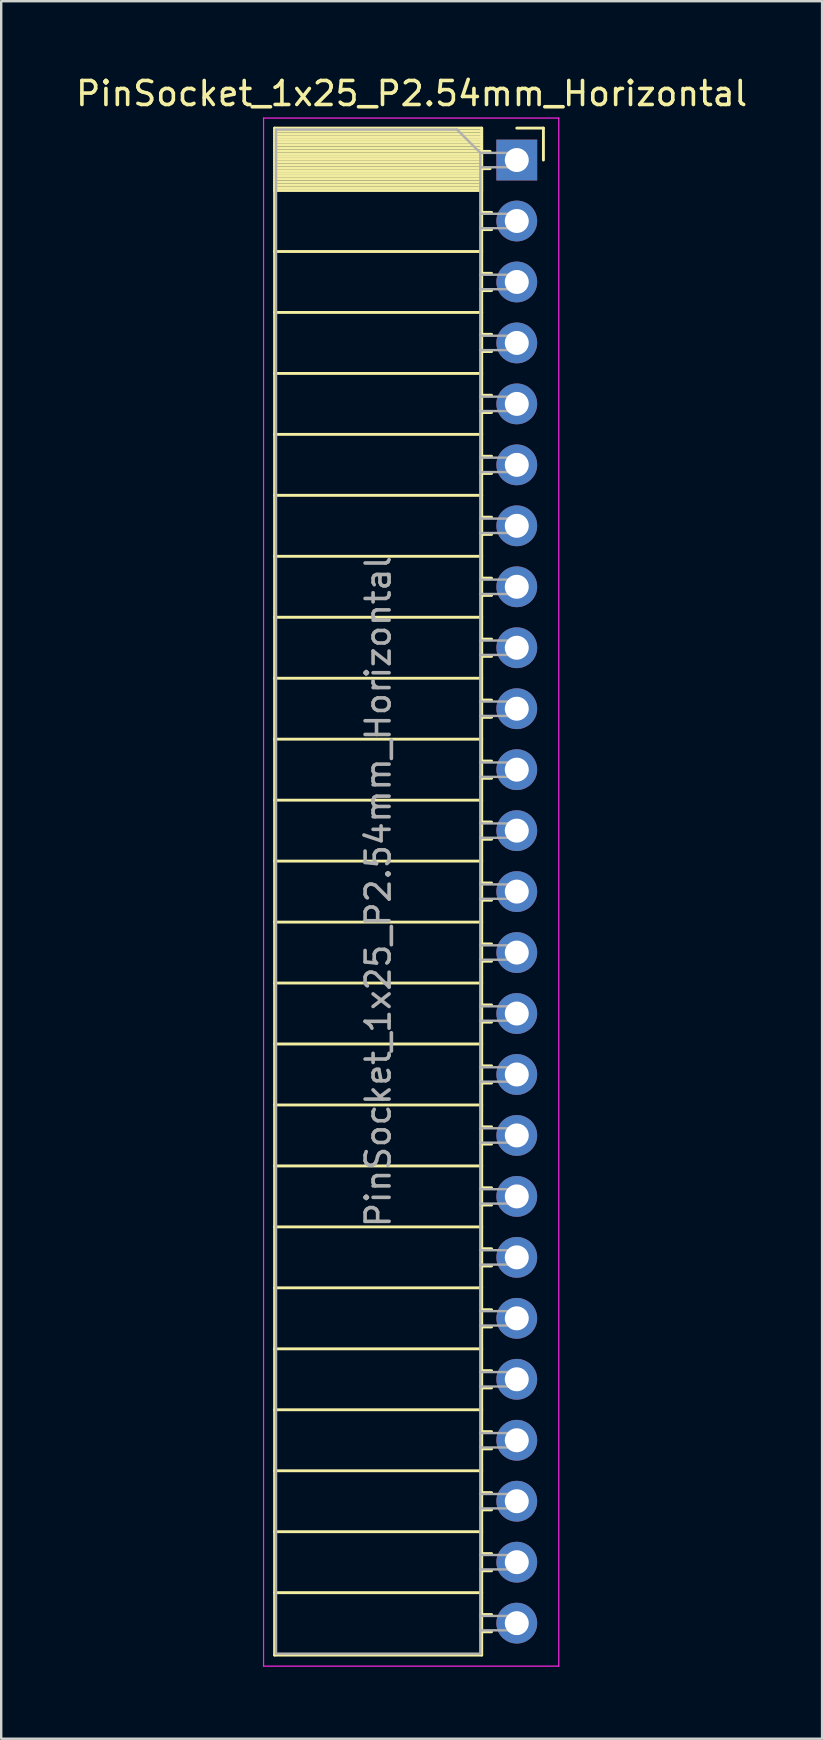
<source format=kicad_pcb>
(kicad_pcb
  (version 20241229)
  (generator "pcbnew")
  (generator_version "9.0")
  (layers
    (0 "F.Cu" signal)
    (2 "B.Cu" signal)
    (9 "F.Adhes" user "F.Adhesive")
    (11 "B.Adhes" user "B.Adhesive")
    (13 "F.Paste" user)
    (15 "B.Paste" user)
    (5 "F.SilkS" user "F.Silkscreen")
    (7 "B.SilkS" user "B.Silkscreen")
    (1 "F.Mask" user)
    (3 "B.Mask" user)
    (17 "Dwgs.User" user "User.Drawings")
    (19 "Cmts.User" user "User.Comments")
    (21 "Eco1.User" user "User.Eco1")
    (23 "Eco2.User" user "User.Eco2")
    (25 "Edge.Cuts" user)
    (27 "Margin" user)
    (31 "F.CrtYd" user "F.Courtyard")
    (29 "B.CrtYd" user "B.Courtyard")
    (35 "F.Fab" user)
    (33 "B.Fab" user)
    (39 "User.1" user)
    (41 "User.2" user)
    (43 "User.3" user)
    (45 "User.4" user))
  (footprint "PinSocket_1x25_P2.54mm_Horizontal"
    (layer "F.Cu")
    (at 18.481 3.618)
    (property "Reference" "PinSocket_1x25_P2.54mm_Horizontal" (at -4.38 -2.77 0) (layer "F.SilkS") (effects (font (size 1 1) (thickness 0.15))))
    (attr through_hole)
    (fp_line (start -10.09 -1.33) (end -10.09 62.29) (stroke (width 0.12) (type solid)) (layer "F.SilkS"))
    (fp_line (start -10.09 -1.33) (end -1.46 -1.33) (stroke (width 0.12) (type solid)) (layer "F.SilkS"))
    (fp_line (start -10.09 -1.21) (end -1.46 -1.21) (stroke (width 0.12) (type solid)) (layer "F.SilkS"))
    (fp_line (start -10.09 -1.092) (end -1.46 -1.092) (stroke (width 0.12) (type solid)) (layer "F.SilkS"))
    (fp_line (start -10.09 -0.974) (end -1.46 -0.974) (stroke (width 0.12) (type solid)) (layer "F.SilkS"))
    (fp_line (start -10.09 -0.856) (end -1.46 -0.856) (stroke (width 0.12) (type solid)) (layer "F.SilkS"))
    (fp_line (start -10.09 -0.738) (end -1.46 -0.738) (stroke (width 0.12) (type solid)) (layer "F.SilkS"))
    (fp_line (start -10.09 -0.62) (end -1.46 -0.62) (stroke (width 0.12) (type solid)) (layer "F.SilkS"))
    (fp_line (start -10.09 -0.501) (end -1.46 -0.501) (stroke (width 0.12) (type solid)) (layer "F.SilkS"))
    (fp_line (start -10.09 -0.383) (end -1.46 -0.383) (stroke (width 0.12) (type solid)) (layer "F.SilkS"))
    (fp_line (start -10.09 -0.265) (end -1.46 -0.265) (stroke (width 0.12) (type solid)) (layer "F.SilkS"))
    (fp_line (start -10.09 -0.147) (end -1.46 -0.147) (stroke (width 0.12) (type solid)) (layer "F.SilkS"))
    (fp_line (start -10.09 -0.029) (end -1.46 -0.029) (stroke (width 0.12) (type solid)) (layer "F.SilkS"))
    (fp_line (start -10.09 0.089) (end -1.46 0.089) (stroke (width 0.12) (type solid)) (layer "F.SilkS"))
    (fp_line (start -10.09 0.207) (end -1.46 0.207) (stroke (width 0.12) (type solid)) (layer "F.SilkS"))
    (fp_line (start -10.09 0.325) (end -1.46 0.325) (stroke (width 0.12) (type solid)) (layer "F.SilkS"))
    (fp_line (start -10.09 0.443) (end -1.46 0.443) (stroke (width 0.12) (type solid)) (layer "F.SilkS"))
    (fp_line (start -10.09 0.561) (end -1.46 0.561) (stroke (width 0.12) (type solid)) (layer "F.SilkS"))
    (fp_line (start -10.09 0.68) (end -1.46 0.68) (stroke (width 0.12) (type solid)) (layer "F.SilkS"))
    (fp_line (start -10.09 0.798) (end -1.46 0.798) (stroke (width 0.12) (type solid)) (layer "F.SilkS"))
    (fp_line (start -10.09 0.916) (end -1.46 0.916) (stroke (width 0.12) (type solid)) (layer "F.SilkS"))
    (fp_line (start -10.09 1.034) (end -1.46 1.034) (stroke (width 0.12) (type solid)) (layer "F.SilkS"))
    (fp_line (start -10.09 1.152) (end -1.46 1.152) (stroke (width 0.12) (type solid)) (layer "F.SilkS"))
    (fp_line (start -10.09 1.27) (end -1.46 1.27) (stroke (width 0.12) (type solid)) (layer "F.SilkS"))
    (fp_line (start -10.09 3.81) (end -1.46 3.81) (stroke (width 0.12) (type solid)) (layer "F.SilkS"))
    (fp_line (start -10.09 6.35) (end -1.46 6.35) (stroke (width 0.12) (type solid)) (layer "F.SilkS"))
    (fp_line (start -10.09 8.89) (end -1.46 8.89) (stroke (width 0.12) (type solid)) (layer "F.SilkS"))
    (fp_line (start -10.09 11.43) (end -1.46 11.43) (stroke (width 0.12) (type solid)) (layer "F.SilkS"))
    (fp_line (start -10.09 13.97) (end -1.46 13.97) (stroke (width 0.12) (type solid)) (layer "F.SilkS"))
    (fp_line (start -10.09 16.51) (end -1.46 16.51) (stroke (width 0.12) (type solid)) (layer "F.SilkS"))
    (fp_line (start -10.09 19.05) (end -1.46 19.05) (stroke (width 0.12) (type solid)) (layer "F.SilkS"))
    (fp_line (start -10.09 21.59) (end -1.46 21.59) (stroke (width 0.12) (type solid)) (layer "F.SilkS"))
    (fp_line (start -10.09 24.13) (end -1.46 24.13) (stroke (width 0.12) (type solid)) (layer "F.SilkS"))
    (fp_line (start -10.09 26.67) (end -1.46 26.67) (stroke (width 0.12) (type solid)) (layer "F.SilkS"))
    (fp_line (start -10.09 29.21) (end -1.46 29.21) (stroke (width 0.12) (type solid)) (layer "F.SilkS"))
    (fp_line (start -10.09 31.75) (end -1.46 31.75) (stroke (width 0.12) (type solid)) (layer "F.SilkS"))
    (fp_line (start -10.09 34.29) (end -1.46 34.29) (stroke (width 0.12) (type solid)) (layer "F.SilkS"))
    (fp_line (start -10.09 36.83) (end -1.46 36.83) (stroke (width 0.12) (type solid)) (layer "F.SilkS"))
    (fp_line (start -10.09 39.37) (end -1.46 39.37) (stroke (width 0.12) (type solid)) (layer "F.SilkS"))
    (fp_line (start -10.09 41.91) (end -1.46 41.91) (stroke (width 0.12) (type solid)) (layer "F.SilkS"))
    (fp_line (start -10.09 44.45) (end -1.46 44.45) (stroke (width 0.12) (type solid)) (layer "F.SilkS"))
    (fp_line (start -10.09 46.99) (end -1.46 46.99) (stroke (width 0.12) (type solid)) (layer "F.SilkS"))
    (fp_line (start -10.09 49.53) (end -1.46 49.53) (stroke (width 0.12) (type solid)) (layer "F.SilkS"))
    (fp_line (start -10.09 52.07) (end -1.46 52.07) (stroke (width 0.12) (type solid)) (layer "F.SilkS"))
    (fp_line (start -10.09 54.61) (end -1.46 54.61) (stroke (width 0.12) (type solid)) (layer "F.SilkS"))
    (fp_line (start -10.09 57.15) (end -1.46 57.15) (stroke (width 0.12) (type solid)) (layer "F.SilkS"))
    (fp_line (start -10.09 59.69) (end -1.46 59.69) (stroke (width 0.12) (type solid)) (layer "F.SilkS"))
    (fp_line (start -10.09 62.29) (end -1.46 62.29) (stroke (width 0.12) (type solid)) (layer "F.SilkS"))
    (fp_line (start -1.46 -1.33) (end -1.46 62.29) (stroke (width 0.12) (type solid)) (layer "F.SilkS"))
    (fp_line (start -1.46 -0.36) (end -1.11 -0.36) (stroke (width 0.12) (type solid)) (layer "F.SilkS"))
    (fp_line (start -1.46 0.36) (end -1.11 0.36) (stroke (width 0.12) (type solid)) (layer "F.SilkS"))
    (fp_line (start -1.46 2.18) (end -1.05 2.18) (stroke (width 0.12) (type solid)) (layer "F.SilkS"))
    (fp_line (start -1.46 2.9) (end -1.05 2.9) (stroke (width 0.12) (type solid)) (layer "F.SilkS"))
    (fp_line (start -1.46 4.72) (end -1.05 4.72) (stroke (width 0.12) (type solid)) (layer "F.SilkS"))
    (fp_line (start -1.46 5.44) (end -1.05 5.44) (stroke (width 0.12) (type solid)) (layer "F.SilkS"))
    (fp_line (start -1.46 7.26) (end -1.05 7.26) (stroke (width 0.12) (type solid)) (layer "F.SilkS"))
    (fp_line (start -1.46 7.98) (end -1.05 7.98) (stroke (width 0.12) (type solid)) (layer "F.SilkS"))
    (fp_line (start -1.46 9.8) (end -1.05 9.8) (stroke (width 0.12) (type solid)) (layer "F.SilkS"))
    (fp_line (start -1.46 10.52) (end -1.05 10.52) (stroke (width 0.12) (type solid)) (layer "F.SilkS"))
    (fp_line (start -1.46 12.34) (end -1.05 12.34) (stroke (width 0.12) (type solid)) (layer "F.SilkS"))
    (fp_line (start -1.46 13.06) (end -1.05 13.06) (stroke (width 0.12) (type solid)) (layer "F.SilkS"))
    (fp_line (start -1.46 14.88) (end -1.05 14.88) (stroke (width 0.12) (type solid)) (layer "F.SilkS"))
    (fp_line (start -1.46 15.6) (end -1.05 15.6) (stroke (width 0.12) (type solid)) (layer "F.SilkS"))
    (fp_line (start -1.46 17.42) (end -1.05 17.42) (stroke (width 0.12) (type solid)) (layer "F.SilkS"))
    (fp_line (start -1.46 18.14) (end -1.05 18.14) (stroke (width 0.12) (type solid)) (layer "F.SilkS"))
    (fp_line (start -1.46 19.96) (end -1.05 19.96) (stroke (width 0.12) (type solid)) (layer "F.SilkS"))
    (fp_line (start -1.46 20.68) (end -1.05 20.68) (stroke (width 0.12) (type solid)) (layer "F.SilkS"))
    (fp_line (start -1.46 22.5) (end -1.05 22.5) (stroke (width 0.12) (type solid)) (layer "F.SilkS"))
    (fp_line (start -1.46 23.22) (end -1.05 23.22) (stroke (width 0.12) (type solid)) (layer "F.SilkS"))
    (fp_line (start -1.46 25.04) (end -1.05 25.04) (stroke (width 0.12) (type solid)) (layer "F.SilkS"))
    (fp_line (start -1.46 25.76) (end -1.05 25.76) (stroke (width 0.12) (type solid)) (layer "F.SilkS"))
    (fp_line (start -1.46 27.58) (end -1.05 27.58) (stroke (width 0.12) (type solid)) (layer "F.SilkS"))
    (fp_line (start -1.46 28.3) (end -1.05 28.3) (stroke (width 0.12) (type solid)) (layer "F.SilkS"))
    (fp_line (start -1.46 30.12) (end -1.05 30.12) (stroke (width 0.12) (type solid)) (layer "F.SilkS"))
    (fp_line (start -1.46 30.84) (end -1.05 30.84) (stroke (width 0.12) (type solid)) (layer "F.SilkS"))
    (fp_line (start -1.46 32.66) (end -1.05 32.66) (stroke (width 0.12) (type solid)) (layer "F.SilkS"))
    (fp_line (start -1.46 33.38) (end -1.05 33.38) (stroke (width 0.12) (type solid)) (layer "F.SilkS"))
    (fp_line (start -1.46 35.2) (end -1.05 35.2) (stroke (width 0.12) (type solid)) (layer "F.SilkS"))
    (fp_line (start -1.46 35.92) (end -1.05 35.92) (stroke (width 0.12) (type solid)) (layer "F.SilkS"))
    (fp_line (start -1.46 37.74) (end -1.05 37.74) (stroke (width 0.12) (type solid)) (layer "F.SilkS"))
    (fp_line (start -1.46 38.46) (end -1.05 38.46) (stroke (width 0.12) (type solid)) (layer "F.SilkS"))
    (fp_line (start -1.46 40.28) (end -1.05 40.28) (stroke (width 0.12) (type solid)) (layer "F.SilkS"))
    (fp_line (start -1.46 41) (end -1.05 41) (stroke (width 0.12) (type solid)) (layer "F.SilkS"))
    (fp_line (start -1.46 42.82) (end -1.05 42.82) (stroke (width 0.12) (type solid)) (layer "F.SilkS"))
    (fp_line (start -1.46 43.54) (end -1.05 43.54) (stroke (width 0.12) (type solid)) (layer "F.SilkS"))
    (fp_line (start -1.46 45.36) (end -1.05 45.36) (stroke (width 0.12) (type solid)) (layer "F.SilkS"))
    (fp_line (start -1.46 46.08) (end -1.05 46.08) (stroke (width 0.12) (type solid)) (layer "F.SilkS"))
    (fp_line (start -1.46 47.9) (end -1.05 47.9) (stroke (width 0.12) (type solid)) (layer "F.SilkS"))
    (fp_line (start -1.46 48.62) (end -1.05 48.62) (stroke (width 0.12) (type solid)) (layer "F.SilkS"))
    (fp_line (start -1.46 50.44) (end -1.05 50.44) (stroke (width 0.12) (type solid)) (layer "F.SilkS"))
    (fp_line (start -1.46 51.16) (end -1.05 51.16) (stroke (width 0.12) (type solid)) (layer "F.SilkS"))
    (fp_line (start -1.46 52.98) (end -1.05 52.98) (stroke (width 0.12) (type solid)) (layer "F.SilkS"))
    (fp_line (start -1.46 53.7) (end -1.05 53.7) (stroke (width 0.12) (type solid)) (layer "F.SilkS"))
    (fp_line (start -1.46 55.52) (end -1.05 55.52) (stroke (width 0.12) (type solid)) (layer "F.SilkS"))
    (fp_line (start -1.46 56.24) (end -1.05 56.24) (stroke (width 0.12) (type solid)) (layer "F.SilkS"))
    (fp_line (start -1.46 58.06) (end -1.05 58.06) (stroke (width 0.12) (type solid)) (layer "F.SilkS"))
    (fp_line (start -1.46 58.78) (end -1.05 58.78) (stroke (width 0.12) (type solid)) (layer "F.SilkS"))
    (fp_line (start -1.46 60.6) (end -1.05 60.6) (stroke (width 0.12) (type solid)) (layer "F.SilkS"))
    (fp_line (start -1.46 61.32) (end -1.05 61.32) (stroke (width 0.12) (type solid)) (layer "F.SilkS"))
    (fp_line (start 0 -1.33) (end 1.11 -1.33) (stroke (width 0.12) (type solid)) (layer "F.SilkS"))
    (fp_line (start 1.11 -1.33) (end 1.11 0) (stroke (width 0.12) (type solid)) (layer "F.SilkS"))
    (fp_line (start -10.55 -1.75) (end -10.55 62.75) (stroke (width 0.05) (type solid)) (layer "F.CrtYd"))
    (fp_line (start -10.55 62.75) (end 1.75 62.75) (stroke (width 0.05) (type solid)) (layer "F.CrtYd"))
    (fp_line (start 1.75 -1.75) (end -10.55 -1.75) (stroke (width 0.05) (type solid)) (layer "F.CrtYd"))
    (fp_line (start 1.75 62.75) (end 1.75 -1.75) (stroke (width 0.05) (type solid)) (layer "F.CrtYd"))
    (fp_line (start -10.03 -1.27) (end -2.49 -1.27) (stroke (width 0.1) (type solid)) (layer "F.Fab"))
    (fp_line (start -10.03 62.23) (end -10.03 -1.27) (stroke (width 0.1) (type solid)) (layer "F.Fab"))
    (fp_line (start -2.49 -1.27) (end -1.52 -0.3) (stroke (width 0.1) (type solid)) (layer "F.Fab"))
    (fp_line (start -1.52 -0.3) (end -1.52 62.23) (stroke (width 0.1) (type solid)) (layer "F.Fab"))
    (fp_line (start -1.52 0.3) (end 0 0.3) (stroke (width 0.1) (type solid)) (layer "F.Fab"))
    (fp_line (start -1.52 2.84) (end 0 2.84) (stroke (width 0.1) (type solid)) (layer "F.Fab"))
    (fp_line (start -1.52 5.38) (end 0 5.38) (stroke (width 0.1) (type solid)) (layer "F.Fab"))
    (fp_line (start -1.52 7.92) (end 0 7.92) (stroke (width 0.1) (type solid)) (layer "F.Fab"))
    (fp_line (start -1.52 10.46) (end 0 10.46) (stroke (width 0.1) (type solid)) (layer "F.Fab"))
    (fp_line (start -1.52 13) (end 0 13) (stroke (width 0.1) (type solid)) (layer "F.Fab"))
    (fp_line (start -1.52 15.54) (end 0 15.54) (stroke (width 0.1) (type solid)) (layer "F.Fab"))
    (fp_line (start -1.52 18.08) (end 0 18.08) (stroke (width 0.1) (type solid)) (layer "F.Fab"))
    (fp_line (start -1.52 20.62) (end 0 20.62) (stroke (width 0.1) (type solid)) (layer "F.Fab"))
    (fp_line (start -1.52 23.16) (end 0 23.16) (stroke (width 0.1) (type solid)) (layer "F.Fab"))
    (fp_line (start -1.52 25.7) (end 0 25.7) (stroke (width 0.1) (type solid)) (layer "F.Fab"))
    (fp_line (start -1.52 28.24) (end 0 28.24) (stroke (width 0.1) (type solid)) (layer "F.Fab"))
    (fp_line (start -1.52 30.78) (end 0 30.78) (stroke (width 0.1) (type solid)) (layer "F.Fab"))
    (fp_line (start -1.52 33.32) (end 0 33.32) (stroke (width 0.1) (type solid)) (layer "F.Fab"))
    (fp_line (start -1.52 35.86) (end 0 35.86) (stroke (width 0.1) (type solid)) (layer "F.Fab"))
    (fp_line (start -1.52 38.4) (end 0 38.4) (stroke (width 0.1) (type solid)) (layer "F.Fab"))
    (fp_line (start -1.52 40.94) (end 0 40.94) (stroke (width 0.1) (type solid)) (layer "F.Fab"))
    (fp_line (start -1.52 43.48) (end 0 43.48) (stroke (width 0.1) (type solid)) (layer "F.Fab"))
    (fp_line (start -1.52 46.02) (end 0 46.02) (stroke (width 0.1) (type solid)) (layer "F.Fab"))
    (fp_line (start -1.52 48.56) (end 0 48.56) (stroke (width 0.1) (type solid)) (layer "F.Fab"))
    (fp_line (start -1.52 51.1) (end 0 51.1) (stroke (width 0.1) (type solid)) (layer "F.Fab"))
    (fp_line (start -1.52 53.64) (end 0 53.64) (stroke (width 0.1) (type solid)) (layer "F.Fab"))
    (fp_line (start -1.52 56.18) (end 0 56.18) (stroke (width 0.1) (type solid)) (layer "F.Fab"))
    (fp_line (start -1.52 58.72) (end 0 58.72) (stroke (width 0.1) (type solid)) (layer "F.Fab"))
    (fp_line (start -1.52 61.26) (end 0 61.26) (stroke (width 0.1) (type solid)) (layer "F.Fab"))
    (fp_line (start -1.52 62.23) (end -10.03 62.23) (stroke (width 0.1) (type solid)) (layer "F.Fab"))
    (fp_line (start 0 -0.3) (end -1.52 -0.3) (stroke (width 0.1) (type solid)) (layer "F.Fab"))
    (fp_line (start 0 0.3) (end 0 -0.3) (stroke (width 0.1) (type solid)) (layer "F.Fab"))
    (fp_line (start 0 2.24) (end -1.52 2.24) (stroke (width 0.1) (type solid)) (layer "F.Fab"))
    (fp_line (start 0 2.84) (end 0 2.24) (stroke (width 0.1) (type solid)) (layer "F.Fab"))
    (fp_line (start 0 4.78) (end -1.52 4.78) (stroke (width 0.1) (type solid)) (layer "F.Fab"))
    (fp_line (start 0 5.38) (end 0 4.78) (stroke (width 0.1) (type solid)) (layer "F.Fab"))
    (fp_line (start 0 7.32) (end -1.52 7.32) (stroke (width 0.1) (type solid)) (layer "F.Fab"))
    (fp_line (start 0 7.92) (end 0 7.32) (stroke (width 0.1) (type solid)) (layer "F.Fab"))
    (fp_line (start 0 9.86) (end -1.52 9.86) (stroke (width 0.1) (type solid)) (layer "F.Fab"))
    (fp_line (start 0 10.46) (end 0 9.86) (stroke (width 0.1) (type solid)) (layer "F.Fab"))
    (fp_line (start 0 12.4) (end -1.52 12.4) (stroke (width 0.1) (type solid)) (layer "F.Fab"))
    (fp_line (start 0 13) (end 0 12.4) (stroke (width 0.1) (type solid)) (layer "F.Fab"))
    (fp_line (start 0 14.94) (end -1.52 14.94) (stroke (width 0.1) (type solid)) (layer "F.Fab"))
    (fp_line (start 0 15.54) (end 0 14.94) (stroke (width 0.1) (type solid)) (layer "F.Fab"))
    (fp_line (start 0 17.48) (end -1.52 17.48) (stroke (width 0.1) (type solid)) (layer "F.Fab"))
    (fp_line (start 0 18.08) (end 0 17.48) (stroke (width 0.1) (type solid)) (layer "F.Fab"))
    (fp_line (start 0 20.02) (end -1.52 20.02) (stroke (width 0.1) (type solid)) (layer "F.Fab"))
    (fp_line (start 0 20.62) (end 0 20.02) (stroke (width 0.1) (type solid)) (layer "F.Fab"))
    (fp_line (start 0 22.56) (end -1.52 22.56) (stroke (width 0.1) (type solid)) (layer "F.Fab"))
    (fp_line (start 0 23.16) (end 0 22.56) (stroke (width 0.1) (type solid)) (layer "F.Fab"))
    (fp_line (start 0 25.1) (end -1.52 25.1) (stroke (width 0.1) (type solid)) (layer "F.Fab"))
    (fp_line (start 0 25.7) (end 0 25.1) (stroke (width 0.1) (type solid)) (layer "F.Fab"))
    (fp_line (start 0 27.64) (end -1.52 27.64) (stroke (width 0.1) (type solid)) (layer "F.Fab"))
    (fp_line (start 0 28.24) (end 0 27.64) (stroke (width 0.1) (type solid)) (layer "F.Fab"))
    (fp_line (start 0 30.18) (end -1.52 30.18) (stroke (width 0.1) (type solid)) (layer "F.Fab"))
    (fp_line (start 0 30.78) (end 0 30.18) (stroke (width 0.1) (type solid)) (layer "F.Fab"))
    (fp_line (start 0 32.72) (end -1.52 32.72) (stroke (width 0.1) (type solid)) (layer "F.Fab"))
    (fp_line (start 0 33.32) (end 0 32.72) (stroke (width 0.1) (type solid)) (layer "F.Fab"))
    (fp_line (start 0 35.26) (end -1.52 35.26) (stroke (width 0.1) (type solid)) (layer "F.Fab"))
    (fp_line (start 0 35.86) (end 0 35.26) (stroke (width 0.1) (type solid)) (layer "F.Fab"))
    (fp_line (start 0 37.8) (end -1.52 37.8) (stroke (width 0.1) (type solid)) (layer "F.Fab"))
    (fp_line (start 0 38.4) (end 0 37.8) (stroke (width 0.1) (type solid)) (layer "F.Fab"))
    (fp_line (start 0 40.34) (end -1.52 40.34) (stroke (width 0.1) (type solid)) (layer "F.Fab"))
    (fp_line (start 0 40.94) (end 0 40.34) (stroke (width 0.1) (type solid)) (layer "F.Fab"))
    (fp_line (start 0 42.88) (end -1.52 42.88) (stroke (width 0.1) (type solid)) (layer "F.Fab"))
    (fp_line (start 0 43.48) (end 0 42.88) (stroke (width 0.1) (type solid)) (layer "F.Fab"))
    (fp_line (start 0 45.42) (end -1.52 45.42) (stroke (width 0.1) (type solid)) (layer "F.Fab"))
    (fp_line (start 0 46.02) (end 0 45.42) (stroke (width 0.1) (type solid)) (layer "F.Fab"))
    (fp_line (start 0 47.96) (end -1.52 47.96) (stroke (width 0.1) (type solid)) (layer "F.Fab"))
    (fp_line (start 0 48.56) (end 0 47.96) (stroke (width 0.1) (type solid)) (layer "F.Fab"))
    (fp_line (start 0 50.5) (end -1.52 50.5) (stroke (width 0.1) (type solid)) (layer "F.Fab"))
    (fp_line (start 0 51.1) (end 0 50.5) (stroke (width 0.1) (type solid)) (layer "F.Fab"))
    (fp_line (start 0 53.04) (end -1.52 53.04) (stroke (width 0.1) (type solid)) (layer "F.Fab"))
    (fp_line (start 0 53.64) (end 0 53.04) (stroke (width 0.1) (type solid)) (layer "F.Fab"))
    (fp_line (start 0 55.58) (end -1.52 55.58) (stroke (width 0.1) (type solid)) (layer "F.Fab"))
    (fp_line (start 0 56.18) (end 0 55.58) (stroke (width 0.1) (type solid)) (layer "F.Fab"))
    (fp_line (start 0 58.12) (end -1.52 58.12) (stroke (width 0.1) (type solid)) (layer "F.Fab"))
    (fp_line (start 0 58.72) (end 0 58.12) (stroke (width 0.1) (type solid)) (layer "F.Fab"))
    (fp_line (start 0 60.66) (end -1.52 60.66) (stroke (width 0.1) (type solid)) (layer "F.Fab"))
    (fp_line (start 0 61.26) (end 0 60.66) (stroke (width 0.1) (type solid)) (layer "F.Fab"))
    (fp_text user "${REFERENCE}" (at -5.775 30.48 90) (layer "F.Fab") (effects (font (size 1 1) (thickness 0.15))))
    (pad "1" thru_hole rect (at 0 0) (size 1.7 1.7) (drill 1) (layers "*.Cu" "*.Mask"))
    (pad "2" thru_hole oval (at 0 2.54) (size 1.7 1.7) (drill 1) (layers "*.Cu" "*.Mask"))
    (pad "3" thru_hole oval (at 0 5.08) (size 1.7 1.7) (drill 1) (layers "*.Cu" "*.Mask"))
    (pad "4" thru_hole oval (at 0 7.62) (size 1.7 1.7) (drill 1) (layers "*.Cu" "*.Mask"))
    (pad "5" thru_hole oval (at 0 10.16) (size 1.7 1.7) (drill 1) (layers "*.Cu" "*.Mask"))
    (pad "6" thru_hole oval (at 0 12.7) (size 1.7 1.7) (drill 1) (layers "*.Cu" "*.Mask"))
    (pad "7" thru_hole oval (at 0 15.24) (size 1.7 1.7) (drill 1) (layers "*.Cu" "*.Mask"))
    (pad "8" thru_hole oval (at 0 17.78) (size 1.7 1.7) (drill 1) (layers "*.Cu" "*.Mask"))
    (pad "9" thru_hole oval (at 0 20.32) (size 1.7 1.7) (drill 1) (layers "*.Cu" "*.Mask"))
    (pad "10" thru_hole oval (at 0 22.86) (size 1.7 1.7) (drill 1) (layers "*.Cu" "*.Mask"))
    (pad "11" thru_hole oval (at 0 25.4) (size 1.7 1.7) (drill 1) (layers "*.Cu" "*.Mask"))
    (pad "12" thru_hole oval (at 0 27.94) (size 1.7 1.7) (drill 1) (layers "*.Cu" "*.Mask"))
    (pad "13" thru_hole oval (at 0 30.48) (size 1.7 1.7) (drill 1) (layers "*.Cu" "*.Mask"))
    (pad "14" thru_hole oval (at 0 33.02) (size 1.7 1.7) (drill 1) (layers "*.Cu" "*.Mask"))
    (pad "15" thru_hole oval (at 0 35.56) (size 1.7 1.7) (drill 1) (layers "*.Cu" "*.Mask"))
    (pad "16" thru_hole oval (at 0 38.1) (size 1.7 1.7) (drill 1) (layers "*.Cu" "*.Mask"))
    (pad "17" thru_hole oval (at 0 40.64) (size 1.7 1.7) (drill 1) (layers "*.Cu" "*.Mask"))
    (pad "18" thru_hole oval (at 0 43.18) (size 1.7 1.7) (drill 1) (layers "*.Cu" "*.Mask"))
    (pad "19" thru_hole oval (at 0 45.72) (size 1.7 1.7) (drill 1) (layers "*.Cu" "*.Mask"))
    (pad "20" thru_hole oval (at 0 48.26) (size 1.7 1.7) (drill 1) (layers "*.Cu" "*.Mask"))
    (pad "21" thru_hole oval (at 0 50.8) (size 1.7 1.7) (drill 1) (layers "*.Cu" "*.Mask"))
    (pad "22" thru_hole oval (at 0 53.34) (size 1.7 1.7) (drill 1) (layers "*.Cu" "*.Mask"))
    (pad "23" thru_hole oval (at 0 55.88) (size 1.7 1.7) (drill 1) (layers "*.Cu" "*.Mask"))
    (pad "24" thru_hole oval (at 0 58.42) (size 1.7 1.7) (drill 1) (layers "*.Cu" "*.Mask"))
    (pad "25" thru_hole oval (at 0 60.96) (size 1.7 1.7) (drill 1) (layers "*.Cu" "*.Mask")))
  (gr_rect
    (start -3 -3)
    (end 31.202 69.393)
    (stroke (width 0.1) (type default))
    (fill no)
    (layer "Edge.Cuts")))
</source>
